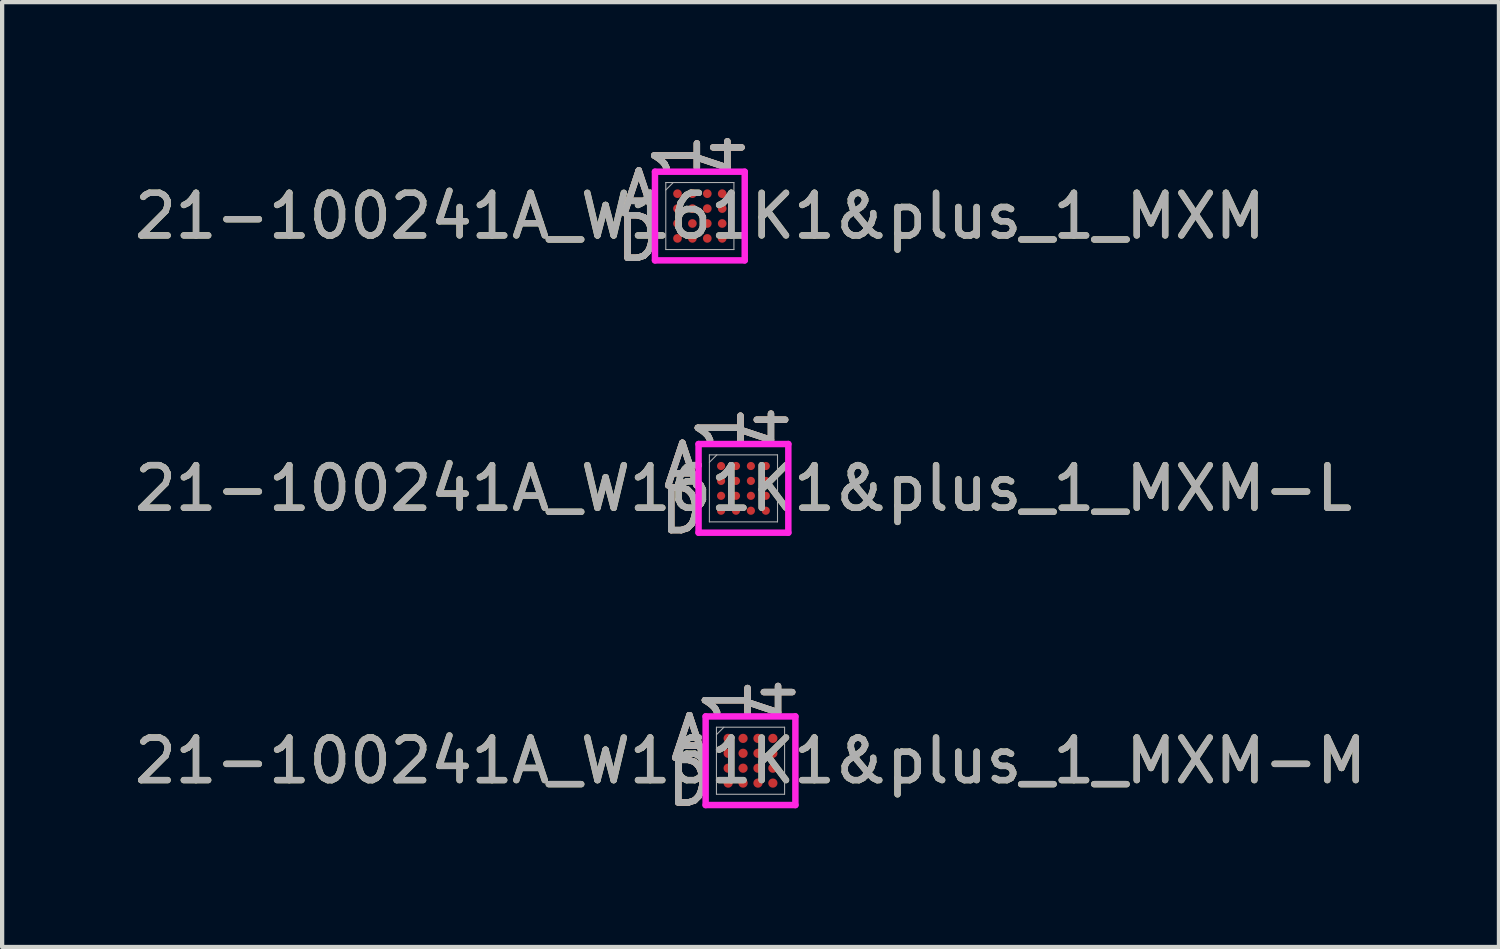
<source format=kicad_pcb>
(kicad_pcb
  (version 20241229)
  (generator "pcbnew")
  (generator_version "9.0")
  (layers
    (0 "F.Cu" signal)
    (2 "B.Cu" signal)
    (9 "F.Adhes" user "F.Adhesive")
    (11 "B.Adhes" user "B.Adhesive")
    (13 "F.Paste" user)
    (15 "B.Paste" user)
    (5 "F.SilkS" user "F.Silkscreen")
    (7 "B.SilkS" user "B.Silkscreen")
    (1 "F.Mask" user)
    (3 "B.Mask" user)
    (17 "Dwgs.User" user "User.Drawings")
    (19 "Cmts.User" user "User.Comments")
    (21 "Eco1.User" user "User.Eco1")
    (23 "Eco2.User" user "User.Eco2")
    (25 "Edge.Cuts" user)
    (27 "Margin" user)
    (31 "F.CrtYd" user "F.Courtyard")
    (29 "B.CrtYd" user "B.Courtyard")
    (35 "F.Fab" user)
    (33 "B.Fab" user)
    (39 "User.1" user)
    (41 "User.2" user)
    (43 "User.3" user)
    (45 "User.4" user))
  (footprint "21-100241A_W161K1&plus_1_MXM-L"
    (layer "F.Cu")
    (at 14.411 8.42)
    (property "Reference" "21-100241A_W161K1&plus_1_MXM-L" (at 0 0 0) (unlocked yes) (layer "F.SilkS") (effects (font (size 1 1) (thickness 0.15))))
    (attr smd)
    (fp_poly (pts (xy -1.145 -1.145) (xy 1.145 -1.145) (xy 1.145 1.145) (xy -1.145 1.145)) (stroke (width 0.1) (type solid)) (fill no) (layer "Eco2.User"))
    (fp_line (start -1.054 -1.041) (end 1.054 -1.041) (stroke (width 0.152) (type solid)) (layer "F.CrtYd"))
    (fp_line (start -1.054 1.041) (end -1.054 -1.041) (stroke (width 0.152) (type solid)) (layer "F.CrtYd"))
    (fp_line (start 1.054 -1.041) (end 1.054 1.041) (stroke (width 0.152) (type solid)) (layer "F.CrtYd"))
    (fp_line (start 1.054 1.041) (end -1.054 1.041) (stroke (width 0.152) (type solid)) (layer "F.CrtYd"))
    (fp_line (start -0.8 -0.787) (end -0.8 0.787) (stroke (width 0.025) (type solid)) (layer "F.Fab"))
    (fp_line (start -0.8 0.787) (end 0.8 0.787) (stroke (width 0.025) (type solid)) (layer "F.Fab"))
    (fp_line (start -0.625 -0.787) (end -0.8 -0.612) (stroke (width 0.025) (type solid)) (layer "F.Fab"))
    (fp_line (start 0.8 -0.787) (end -0.8 -0.787) (stroke (width 0.025) (type solid)) (layer "F.Fab"))
    (fp_line (start 0.8 0.787) (end 0.8 -0.787) (stroke (width 0.025) (type solid)) (layer "F.Fab"))
    (fp_text user "A" (at -1.435 -0.525 0) (unlocked yes) (layer "F.SilkS") (effects (font (size 1 1) (thickness 0.15))))
    (fp_text user "D" (at -1.435 0.525 0) (unlocked yes) (layer "F.SilkS") (effects (font (size 1 1) (thickness 0.15))))
    (fp_text user "1" (at -0.525 -1.422 90) (unlocked yes) (layer "F.SilkS") (effects (font (size 1 1) (thickness 0.15))))
    (fp_text user "4" (at 0.525 -1.422 90) (unlocked yes) (layer "F.SilkS") (effects (font (size 1 1) (thickness 0.15))))
    (fp_text user "1" (at -0.525 -1.422 90) (unlocked yes) (layer "B.SilkS") (effects (font (size 1 1) (thickness 0.15))))
    (fp_text user "A" (at -1.435 -0.525 0) (unlocked yes) (layer "B.SilkS") (effects (font (size 1 1) (thickness 0.15))))
    (fp_text user "4" (at 0.525 -1.422 90) (unlocked yes) (layer "B.SilkS") (effects (font (size 1 1) (thickness 0.15))))
    (fp_text user "D" (at -1.435 0.525 0) (unlocked yes) (layer "B.SilkS") (effects (font (size 1 1) (thickness 0.15))))
    (fp_text user "1" (at -0.525 -1.422 90) (unlocked yes) (layer "F.Fab") (effects (font (size 1 1) (thickness 0.15))))
    (fp_text user "A" (at -1.435 -0.525 0) (unlocked yes) (layer "F.Fab") (effects (font (size 1 1) (thickness 0.15))))
    (fp_text user "4" (at 0.525 -1.422 90) (unlocked yes) (layer "F.Fab") (effects (font (size 1 1) (thickness 0.15))))
    (fp_text user "${REFERENCE}" (at 0 0 0) (unlocked yes) (layer "F.Fab") (effects (font (size 1 1) (thickness 0.15))))
    (fp_text user "D" (at -1.435 0.525 0) (unlocked yes) (layer "F.Fab") (effects (font (size 1 1) (thickness 0.15))))
    (pad "A1" smd circle (at -0.525 -0.525) (size 0.191 0.191) (layers "F.Cu" "F.Mask" "F.Paste"))
    (pad "A2" smd circle (at -0.175 -0.525) (size 0.191 0.191) (layers "F.Cu" "F.Mask" "F.Paste"))
    (pad "A3" smd circle (at 0.175 -0.525) (size 0.191 0.191) (layers "F.Cu" "F.Mask" "F.Paste"))
    (pad "A4" smd circle (at 0.525 -0.525) (size 0.191 0.191) (layers "F.Cu" "F.Mask" "F.Paste"))
    (pad "B1" smd circle (at -0.525 -0.175) (size 0.191 0.191) (layers "F.Cu" "F.Mask" "F.Paste"))
    (pad "B2" smd circle (at -0.175 -0.175) (size 0.191 0.191) (layers "F.Cu" "F.Mask" "F.Paste"))
    (pad "B3" smd circle (at 0.175 -0.175) (size 0.191 0.191) (layers "F.Cu" "F.Mask" "F.Paste"))
    (pad "B4" smd circle (at 0.525 -0.175) (size 0.191 0.191) (layers "F.Cu" "F.Mask" "F.Paste"))
    (pad "C1" smd circle (at -0.525 0.175) (size 0.191 0.191) (layers "F.Cu" "F.Mask" "F.Paste"))
    (pad "C2" smd circle (at -0.175 0.175) (size 0.191 0.191) (layers "F.Cu" "F.Mask" "F.Paste"))
    (pad "C3" smd circle (at 0.175 0.175) (size 0.191 0.191) (layers "F.Cu" "F.Mask" "F.Paste"))
    (pad "C4" smd circle (at 0.525 0.175) (size 0.191 0.191) (layers "F.Cu" "F.Mask" "F.Paste"))
    (pad "D1" smd circle (at -0.525 0.525) (size 0.191 0.191) (layers "F.Cu" "F.Mask" "F.Paste"))
    (pad "D2" smd circle (at -0.175 0.525) (size 0.191 0.191) (layers "F.Cu" "F.Mask" "F.Paste"))
    (pad "D3" smd circle (at 0.175 0.525) (size 0.191 0.191) (layers "F.Cu" "F.Mask" "F.Paste"))
    (pad "D4" smd circle (at 0.525 0.525) (size 0.191 0.191) (layers "F.Cu" "F.Mask" "F.Paste")))
  (footprint "21-100241A_W161K1&plus_1_MXM-M"
    (layer "F.Cu")
    (at 14.577 14.817)
    (property "Reference" "21-100241A_W161K1&plus_1_MXM-M" (at 0 0 0) (unlocked yes) (layer "F.SilkS") (effects (font (size 1 1) (thickness 0.15))))
    (attr smd)
    (fp_poly (pts (xy -1.145 -1.145) (xy 1.145 -1.145) (xy 1.145 1.145) (xy -1.145 1.145)) (stroke (width 0.1) (type solid)) (fill no) (layer "Eco2.User"))
    (fp_line (start -1.054 -1.041) (end 1.054 -1.041) (stroke (width 0.152) (type solid)) (layer "F.CrtYd"))
    (fp_line (start -1.054 1.041) (end -1.054 -1.041) (stroke (width 0.152) (type solid)) (layer "F.CrtYd"))
    (fp_line (start 1.054 -1.041) (end 1.054 1.041) (stroke (width 0.152) (type solid)) (layer "F.CrtYd"))
    (fp_line (start 1.054 1.041) (end -1.054 1.041) (stroke (width 0.152) (type solid)) (layer "F.CrtYd"))
    (fp_line (start -0.8 -0.787) (end -0.8 0.787) (stroke (width 0.025) (type solid)) (layer "F.Fab"))
    (fp_line (start -0.8 0.787) (end 0.8 0.787) (stroke (width 0.025) (type solid)) (layer "F.Fab"))
    (fp_line (start -0.625 -0.787) (end -0.8 -0.612) (stroke (width 0.025) (type solid)) (layer "F.Fab"))
    (fp_line (start 0.8 -0.787) (end -0.8 -0.787) (stroke (width 0.025) (type solid)) (layer "F.Fab"))
    (fp_line (start 0.8 0.787) (end 0.8 -0.787) (stroke (width 0.025) (type solid)) (layer "F.Fab"))
    (fp_text user "A" (at -1.435 -0.525 0) (unlocked yes) (layer "F.SilkS") (effects (font (size 1 1) (thickness 0.15))))
    (fp_text user "4" (at 0.525 -1.422 90) (unlocked yes) (layer "F.SilkS") (effects (font (size 1 1) (thickness 0.15))))
    (fp_text user "D" (at -1.435 0.525 0) (unlocked yes) (layer "F.SilkS") (effects (font (size 1 1) (thickness 0.15))))
    (fp_text user "1" (at -0.525 -1.422 90) (unlocked yes) (layer "F.SilkS") (effects (font (size 1 1) (thickness 0.15))))
    (fp_text user "D" (at -1.435 0.525 0) (unlocked yes) (layer "B.SilkS") (effects (font (size 1 1) (thickness 0.15))))
    (fp_text user "1" (at -0.525 -1.422 90) (unlocked yes) (layer "B.SilkS") (effects (font (size 1 1) (thickness 0.15))))
    (fp_text user "4" (at 0.525 -1.422 90) (unlocked yes) (layer "B.SilkS") (effects (font (size 1 1) (thickness 0.15))))
    (fp_text user "A" (at -1.435 -0.525 0) (unlocked yes) (layer "B.SilkS") (effects (font (size 1 1) (thickness 0.15))))
    (fp_text user "${REFERENCE}" (at 0 0 0) (unlocked yes) (layer "F.Fab") (effects (font (size 1 1) (thickness 0.15))))
    (fp_text user "1" (at -0.525 -1.422 90) (unlocked yes) (layer "F.Fab") (effects (font (size 1 1) (thickness 0.15))))
    (fp_text user "A" (at -1.435 -0.525 0) (unlocked yes) (layer "F.Fab") (effects (font (size 1 1) (thickness 0.15))))
    (fp_text user "D" (at -1.435 0.525 0) (unlocked yes) (layer "F.Fab") (effects (font (size 1 1) (thickness 0.15))))
    (fp_text user "4" (at 0.525 -1.422 90) (unlocked yes) (layer "F.Fab") (effects (font (size 1 1) (thickness 0.15))))
    (pad "A1" smd circle (at -0.525 -0.525) (size 0.216 0.216) (layers "F.Cu" "F.Mask" "F.Paste"))
    (pad "A2" smd circle (at -0.175 -0.525) (size 0.216 0.216) (layers "F.Cu" "F.Mask" "F.Paste"))
    (pad "A3" smd circle (at 0.175 -0.525) (size 0.216 0.216) (layers "F.Cu" "F.Mask" "F.Paste"))
    (pad "A4" smd circle (at 0.525 -0.525) (size 0.216 0.216) (layers "F.Cu" "F.Mask" "F.Paste"))
    (pad "B1" smd circle (at -0.525 -0.175) (size 0.216 0.216) (layers "F.Cu" "F.Mask" "F.Paste"))
    (pad "B2" smd circle (at -0.175 -0.175) (size 0.216 0.216) (layers "F.Cu" "F.Mask" "F.Paste"))
    (pad "B3" smd circle (at 0.175 -0.175) (size 0.216 0.216) (layers "F.Cu" "F.Mask" "F.Paste"))
    (pad "B4" smd circle (at 0.525 -0.175) (size 0.216 0.216) (layers "F.Cu" "F.Mask" "F.Paste"))
    (pad "C1" smd circle (at -0.525 0.175) (size 0.216 0.216) (layers "F.Cu" "F.Mask" "F.Paste"))
    (pad "C2" smd circle (at -0.175 0.175) (size 0.216 0.216) (layers "F.Cu" "F.Mask" "F.Paste"))
    (pad "C3" smd circle (at 0.175 0.175) (size 0.216 0.216) (layers "F.Cu" "F.Mask" "F.Paste"))
    (pad "C4" smd circle (at 0.525 0.175) (size 0.216 0.216) (layers "F.Cu" "F.Mask" "F.Paste"))
    (pad "D1" smd circle (at -0.525 0.525) (size 0.216 0.216) (layers "F.Cu" "F.Mask" "F.Paste"))
    (pad "D2" smd circle (at -0.175 0.525) (size 0.216 0.216) (layers "F.Cu" "F.Mask" "F.Paste"))
    (pad "D3" smd circle (at 0.175 0.525) (size 0.216 0.216) (layers "F.Cu" "F.Mask" "F.Paste"))
    (pad "D4" smd circle (at 0.525 0.525) (size 0.216 0.216) (layers "F.Cu" "F.Mask" "F.Paste")))
  (footprint "21-100241A_W161K1&plus_1_MXM"
    (layer "F.Cu")
    (at 13.387 2.024)
    (property "Reference" "21-100241A_W161K1&plus_1_MXM" (at 0 0 0) (unlocked yes) (layer "F.SilkS") (effects (font (size 1 1) (thickness 0.15))))
    (attr smd)
    (fp_poly (pts (xy -1.145 -1.145) (xy 1.145 -1.145) (xy 1.145 1.145) (xy -1.145 1.145)) (stroke (width 0.1) (type solid)) (fill no) (layer "Eco2.User"))
    (fp_line (start -1.054 -1.041) (end 1.054 -1.041) (stroke (width 0.152) (type solid)) (layer "F.CrtYd"))
    (fp_line (start -1.054 1.041) (end -1.054 -1.041) (stroke (width 0.152) (type solid)) (layer "F.CrtYd"))
    (fp_line (start 1.054 -1.041) (end 1.054 1.041) (stroke (width 0.152) (type solid)) (layer "F.CrtYd"))
    (fp_line (start 1.054 1.041) (end -1.054 1.041) (stroke (width 0.152) (type solid)) (layer "F.CrtYd"))
    (fp_line (start -0.8 -0.787) (end -0.8 0.787) (stroke (width 0.025) (type solid)) (layer "F.Fab"))
    (fp_line (start -0.8 0.787) (end 0.8 0.787) (stroke (width 0.025) (type solid)) (layer "F.Fab"))
    (fp_line (start -0.625 -0.787) (end -0.8 -0.612) (stroke (width 0.025) (type solid)) (layer "F.Fab"))
    (fp_line (start 0.8 -0.787) (end -0.8 -0.787) (stroke (width 0.025) (type solid)) (layer "F.Fab"))
    (fp_line (start 0.8 0.787) (end 0.8 -0.787) (stroke (width 0.025) (type solid)) (layer "F.Fab"))
    (fp_text user "1" (at -0.525 -1.422 90) (unlocked yes) (layer "F.SilkS") (effects (font (size 1 1) (thickness 0.15))))
    (fp_text user "D" (at -1.435 0.525 0) (unlocked yes) (layer "F.SilkS") (effects (font (size 1 1) (thickness 0.15))))
    (fp_text user "4" (at 0.525 -1.422 90) (unlocked yes) (layer "F.SilkS") (effects (font (size 1 1) (thickness 0.15))))
    (fp_text user "A" (at -1.435 -0.525 0) (unlocked yes) (layer "F.SilkS") (effects (font (size 1 1) (thickness 0.15))))
    (fp_text user "4" (at 0.525 -1.422 90) (unlocked yes) (layer "B.SilkS") (effects (font (size 1 1) (thickness 0.15))))
    (fp_text user "1" (at -0.525 -1.422 90) (unlocked yes) (layer "B.SilkS") (effects (font (size 1 1) (thickness 0.15))))
    (fp_text user "A" (at -1.435 -0.525 0) (unlocked yes) (layer "B.SilkS") (effects (font (size 1 1) (thickness 0.15))))
    (fp_text user "D" (at -1.435 0.525 0) (unlocked yes) (layer "B.SilkS") (effects (font (size 1 1) (thickness 0.15))))
    (fp_text user "4" (at 0.525 -1.422 90) (unlocked yes) (layer "F.Fab") (effects (font (size 1 1) (thickness 0.15))))
    (fp_text user "${REFERENCE}" (at 0 0 0) (unlocked yes) (layer "F.Fab") (effects (font (size 1 1) (thickness 0.15))))
    (fp_text user "A" (at -1.435 -0.525 0) (unlocked yes) (layer "F.Fab") (effects (font (size 1 1) (thickness 0.15))))
    (fp_text user "1" (at -0.525 -1.422 90) (unlocked yes) (layer "F.Fab") (effects (font (size 1 1) (thickness 0.15))))
    (fp_text user "D" (at -1.435 0.525 0) (unlocked yes) (layer "F.Fab") (effects (font (size 1 1) (thickness 0.15))))
    (pad "A1" smd circle (at -0.525 -0.525) (size 0.203 0.203) (layers "F.Cu" "F.Mask" "F.Paste"))
    (pad "A2" smd circle (at -0.175 -0.525) (size 0.203 0.203) (layers "F.Cu" "F.Mask" "F.Paste"))
    (pad "A3" smd circle (at 0.175 -0.525) (size 0.203 0.203) (layers "F.Cu" "F.Mask" "F.Paste"))
    (pad "A4" smd circle (at 0.525 -0.525) (size 0.203 0.203) (layers "F.Cu" "F.Mask" "F.Paste"))
    (pad "B1" smd circle (at -0.525 -0.175) (size 0.203 0.203) (layers "F.Cu" "F.Mask" "F.Paste"))
    (pad "B2" smd circle (at -0.175 -0.175) (size 0.203 0.203) (layers "F.Cu" "F.Mask" "F.Paste"))
    (pad "B3" smd circle (at 0.175 -0.175) (size 0.203 0.203) (layers "F.Cu" "F.Mask" "F.Paste"))
    (pad "B4" smd circle (at 0.525 -0.175) (size 0.203 0.203) (layers "F.Cu" "F.Mask" "F.Paste"))
    (pad "C1" smd circle (at -0.525 0.175) (size 0.203 0.203) (layers "F.Cu" "F.Mask" "F.Paste"))
    (pad "C2" smd circle (at -0.175 0.175) (size 0.203 0.203) (layers "F.Cu" "F.Mask" "F.Paste"))
    (pad "C3" smd circle (at 0.175 0.175) (size 0.203 0.203) (layers "F.Cu" "F.Mask" "F.Paste"))
    (pad "C4" smd circle (at 0.525 0.175) (size 0.203 0.203) (layers "F.Cu" "F.Mask" "F.Paste"))
    (pad "D1" smd circle (at -0.525 0.525) (size 0.203 0.203) (layers "F.Cu" "F.Mask" "F.Paste"))
    (pad "D2" smd circle (at -0.175 0.525) (size 0.203 0.203) (layers "F.Cu" "F.Mask" "F.Paste"))
    (pad "D3" smd circle (at 0.175 0.525) (size 0.203 0.203) (layers "F.Cu" "F.Mask" "F.Paste"))
    (pad "D4" smd circle (at 0.525 0.525) (size 0.203 0.203) (layers "F.Cu" "F.Mask" "F.Paste")))
  (gr_rect
    (start -3 -3)
    (end 32.155 19.191)
    (stroke (width 0.1) (type default))
    (fill no)
    (layer "Edge.Cuts")))
</source>
